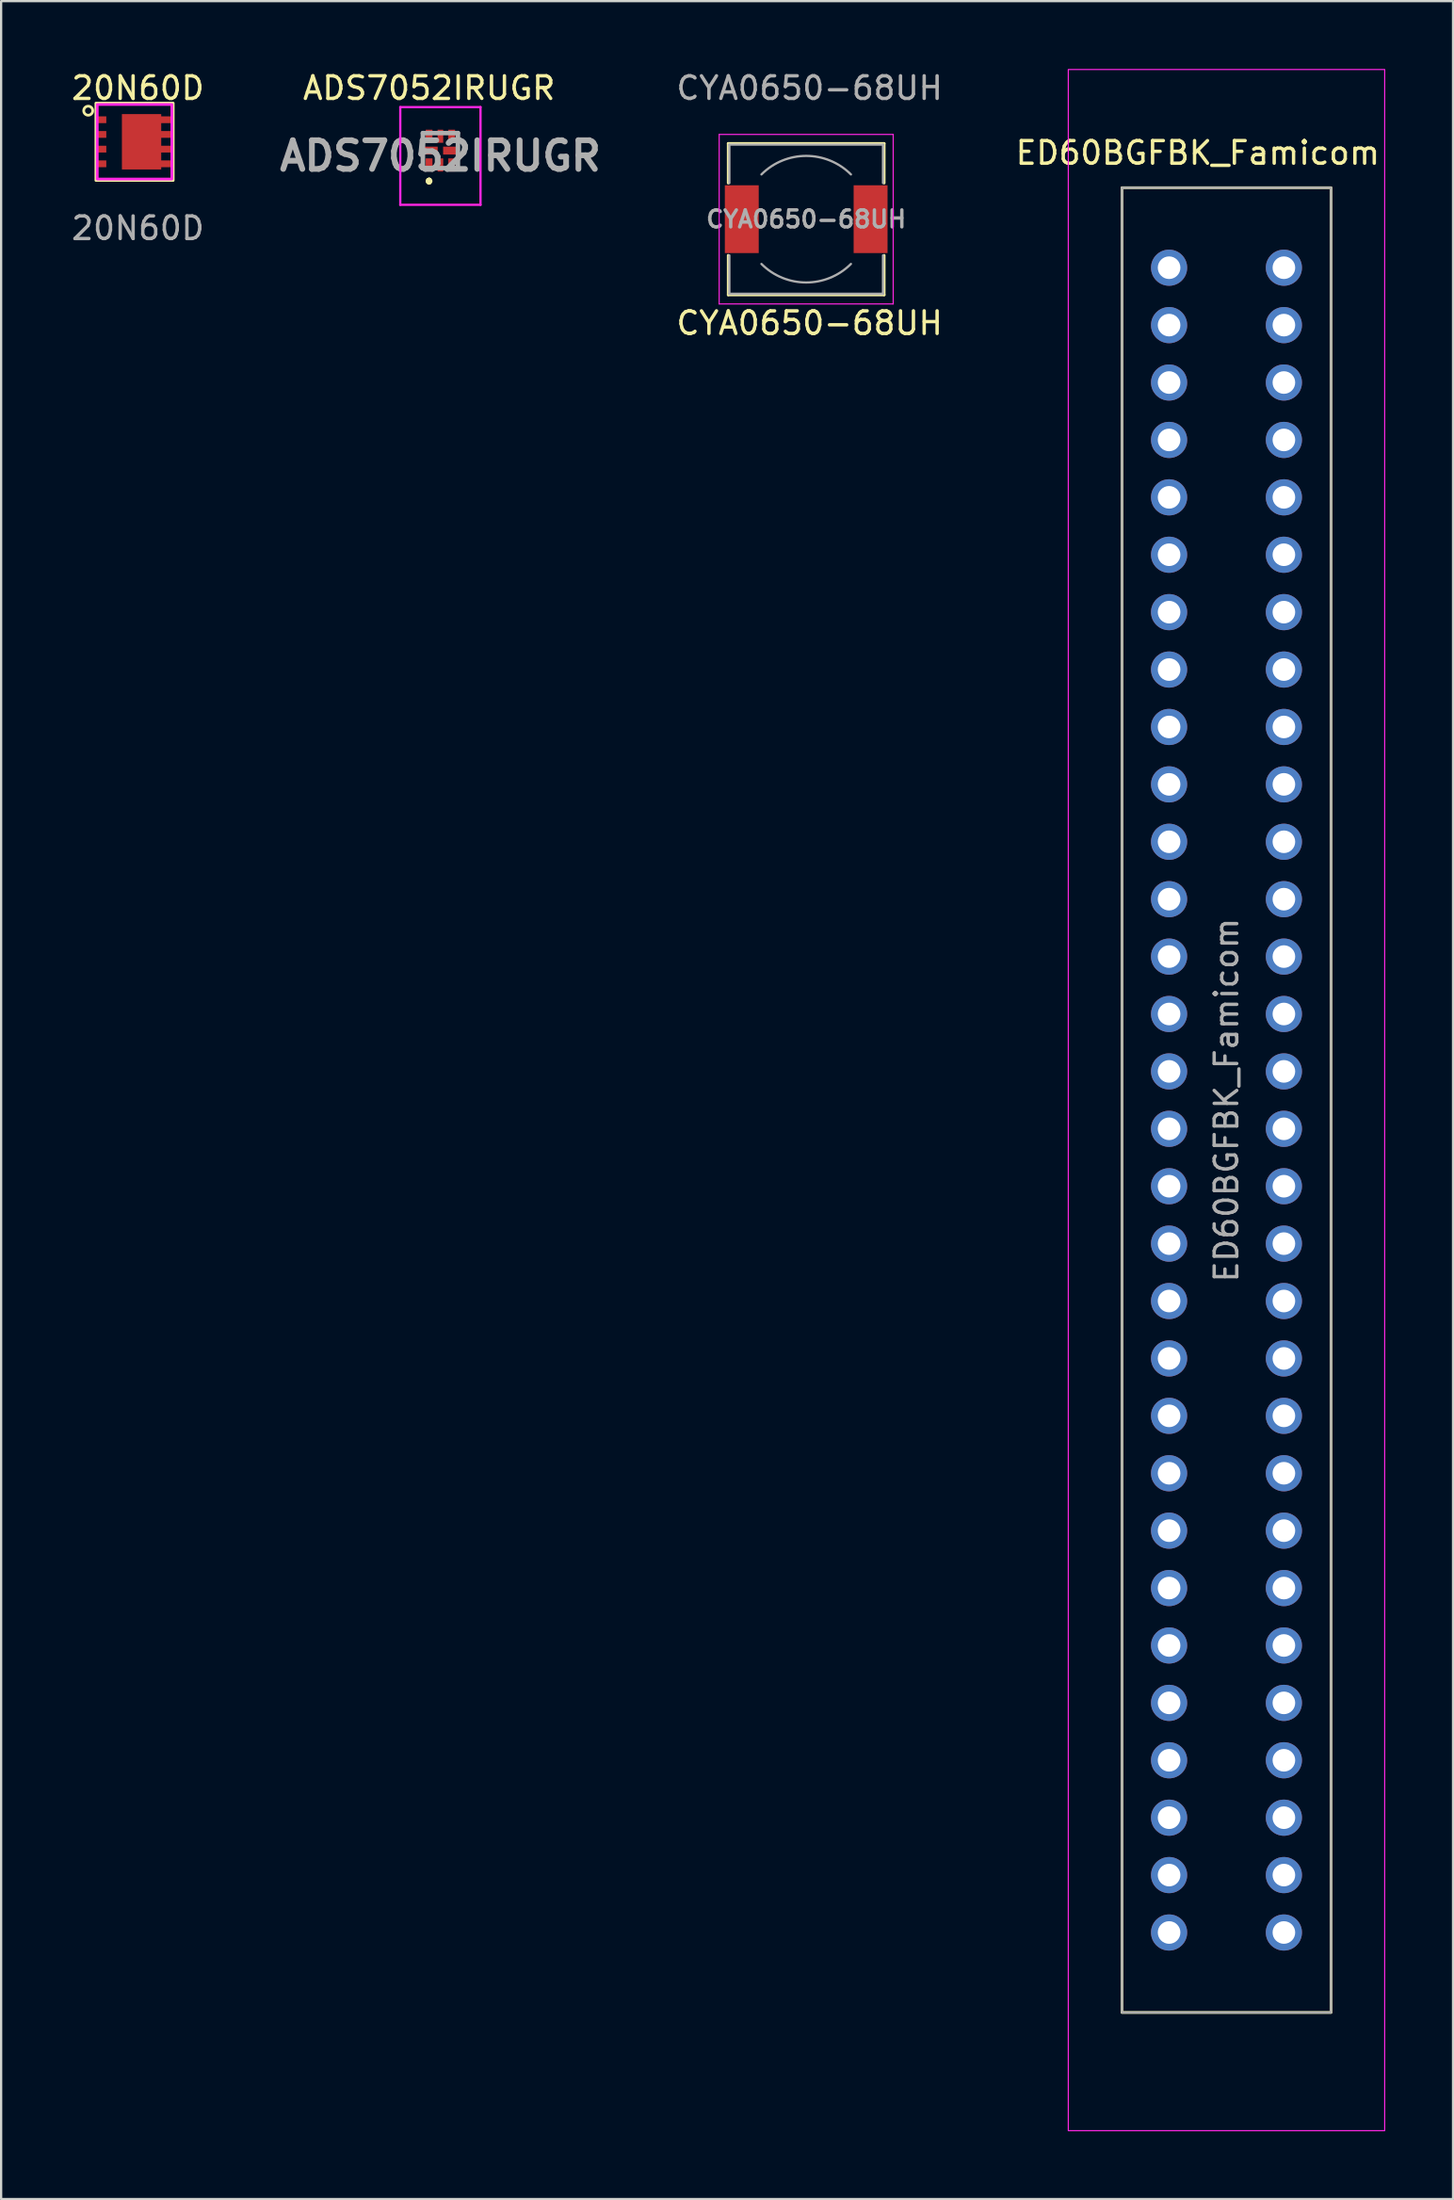
<source format=kicad_pcb>
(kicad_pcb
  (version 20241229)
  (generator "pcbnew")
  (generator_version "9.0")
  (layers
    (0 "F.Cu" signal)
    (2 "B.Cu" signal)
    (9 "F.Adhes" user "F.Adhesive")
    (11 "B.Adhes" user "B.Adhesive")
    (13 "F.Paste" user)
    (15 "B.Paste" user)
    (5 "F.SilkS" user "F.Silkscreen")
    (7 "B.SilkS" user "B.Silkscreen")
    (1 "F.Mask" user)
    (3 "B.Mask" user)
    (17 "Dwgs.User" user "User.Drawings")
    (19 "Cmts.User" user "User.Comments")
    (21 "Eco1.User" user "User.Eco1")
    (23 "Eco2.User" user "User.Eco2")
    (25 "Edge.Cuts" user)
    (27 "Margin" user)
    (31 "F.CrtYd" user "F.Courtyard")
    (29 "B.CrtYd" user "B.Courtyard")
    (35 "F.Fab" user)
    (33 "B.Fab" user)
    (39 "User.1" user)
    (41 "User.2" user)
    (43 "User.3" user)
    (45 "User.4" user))
  (footprint "ADS7052IRUGR"
    (layer "F.Cu")
    (at 15.937 4.248)
    (property "Reference" "ADS7052IRUGR" (at 0 -3.4 0) (unlocked yes) (layer "F.SilkS") (effects (font (size 1 1) (thickness 0.15))))
    (attr smd)
    (fp_line (start 0 0.665) (end 0 0.665) (stroke (width 0.2) (type solid)) (layer "F.SilkS"))
    (fp_line (start 0 0.665) (end 0 0.665) (stroke (width 0.2) (type solid)) (layer "F.SilkS"))
    (fp_line (start 0 0.765) (end 0 0.765) (stroke (width 0.2) (type solid)) (layer "F.SilkS"))
    (fp_arc (start 0 0.665) (mid 0.05 0.715) (end 0 0.765) (stroke (width 0.2) (type solid)) (layer "F.SilkS"))
    (fp_arc (start 0 0.765) (mid -0.05 0.715) (end 0 0.665) (stroke (width 0.2) (type solid)) (layer "F.SilkS"))
    (fp_arc (start 0 0.765) (mid -0.05 0.715) (end 0 0.665) (stroke (width 0.2) (type solid)) (layer "F.SilkS"))
    (fp_line (start -1.275 -2.56) (end 2.275 -2.56) (stroke (width 0.1) (type solid)) (layer "F.CrtYd"))
    (fp_line (start -1.275 1.765) (end -1.275 -2.56) (stroke (width 0.1) (type solid)) (layer "F.CrtYd"))
    (fp_line (start 2.275 -2.56) (end 2.275 1.765) (stroke (width 0.1) (type solid)) (layer "F.CrtYd"))
    (fp_line (start 2.275 1.765) (end -1.275 1.765) (stroke (width 0.1) (type solid)) (layer "F.CrtYd"))
    (fp_line (start -0.275 -1.41) (end 1.275 -1.41) (stroke (width 0.2) (type solid)) (layer "F.Fab"))
    (fp_line (start -0.275 0.14) (end -0.275 -1.41) (stroke (width 0.2) (type solid)) (layer "F.Fab"))
    (fp_line (start 1.275 -1.41) (end 1.275 0.14) (stroke (width 0.2) (type solid)) (layer "F.Fab"))
    (fp_line (start 1.275 0.14) (end -0.275 0.14) (stroke (width 0.2) (type solid)) (layer "F.Fab"))
    (fp_text user "${REFERENCE}" (at 0.5 -0.398 0) (layer "F.Fab") (effects (font (size 1.27 1.27) (thickness 0.254))))
    (pad "1" smd rect (at 0 0) (size 0.3 0.58) (layers "F.Cu" "F.Mask" "F.Paste"))
    (pad "2" smd rect (at 0.5 0) (size 0.25 0.58) (layers "F.Cu" "F.Mask" "F.Paste"))
    (pad "3" smd rect (at 1 0) (size 0.3 0.58) (layers "F.Cu" "F.Mask" "F.Paste"))
    (pad "4" smd rect (at 0.935 -0.635 90) (size 0.35 0.63) (layers "F.Cu" "F.Mask" "F.Paste"))
    (pad "5" smd rect (at 1 -1.27) (size 0.3 0.58) (layers "F.Cu" "F.Mask" "F.Paste"))
    (pad "6" smd rect (at 0.5 -1.27) (size 0.25 0.58) (layers "F.Cu" "F.Mask" "F.Paste"))
    (pad "7" smd rect (at 0 -1.27) (size 0.3 0.58) (layers "F.Cu" "F.Mask" "F.Paste"))
    (pad "8" smd rect (at 0.065 -0.635 90) (size 0.35 0.63) (layers "F.Cu" "F.Mask" "F.Paste")))
  (footprint "20N60D"
    (layer "F.Cu")
    (at 1.454 2.248)
    (property "Reference" "20N60D" (at 1.6 -1.4 0) (unlocked yes) (layer "F.SilkS") (effects (font (size 1 1) (thickness 0.15))))
    (attr smd)
    (fp_rect (start -0.26 -0.735) (end 3.16 2.685) (stroke (width 0.12) (type solid)) (fill no) (layer "F.SilkS"))
    (fp_circle (center -0.6 -0.4) (end -0.4 -0.4) (stroke (width 0.12) (type solid)) (fill no) (layer "F.SilkS"))
    (fp_rect (start -0.2 -0.675) (end 3.1 2.625) (stroke (width 0.12) (type solid)) (fill no) (layer "F.CrtYd"))
    (fp_text user "${REFERENCE}" (at 1.6 4.8 0) (unlocked yes) (layer "F.Fab") (effects (font (size 1 1) (thickness 0.15))))
    (pad "1" smd rect (at 0 0) (size 0.4 0.3) (layers "F.Cu" "F.Mask" "F.Paste"))
    (pad "1" smd rect (at 0 0.65) (size 0.4 0.3) (layers "F.Cu" "F.Mask" "F.Paste"))
    (pad "1" smd rect (at 0 1.3) (size 0.4 0.3) (layers "F.Cu" "F.Mask" "F.Paste"))
    (pad "2" smd rect (at 0 1.95) (size 0.4 0.3) (layers "F.Cu" "F.Mask" "F.Paste"))
    (pad "3" smd rect (at 1.76 0.975) (size 1.74 2.45) (layers "F.Cu" "F.Mask" "F.Paste"))
    (pad "3" smd rect (at 2.8 0) (size 0.6 0.3) (layers "F.Cu" "F.Mask" "F.Paste"))
    (pad "3" smd rect (at 2.8 0.65) (size 0.6 0.3) (layers "F.Cu" "F.Mask" "F.Paste"))
    (pad "3" smd rect (at 2.8 1.3) (size 0.6 0.3) (layers "F.Cu" "F.Mask" "F.Paste"))
    (pad "3" smd rect (at 2.8 1.95) (size 0.6 0.3) (layers "F.Cu" "F.Mask" "F.Paste")))
  (footprint "ED60BGFBK_Famicom"
    (layer "F.Cu")
    (at 48.681 8.795)
    (property "Reference" "ED60BGFBK_Famicom" (at 1.27 -5.08 0) (unlocked yes) (layer "F.SilkS") (effects (font (size 1 1) (thickness 0.15))))
    (attr through_hole)
    (fp_rect (start -2.085 -3.54) (end 7.165 77.2) (stroke (width 0.12) (type solid)) (fill no) (layer "F.SilkS"))
    (fp_rect (start -4.46 -8.77) (end 9.54 82.43) (stroke (width 0.05) (type solid)) (fill no) (layer "F.CrtYd"))
    (fp_rect (start -2.085 -3.54) (end 7.165 77.2) (stroke (width 0.1) (type solid)) (fill no) (layer "F.Fab"))
    (fp_text user "${REFERENCE}" (at 2.54 36.83 90) (unlocked yes) (layer "F.Fab") (effects (font (size 1 1) (thickness 0.15))))
    (pad "1" thru_hole circle (at 0 0) (size 1.6 1.6) (drill 1) (layers "*.Cu" "*.Mask"))
    (pad "2" thru_hole circle (at 0 2.54) (size 1.6 1.6) (drill 1) (layers "*.Cu" "*.Mask"))
    (pad "3" thru_hole circle (at 0 5.08) (size 1.6 1.6) (drill 1) (layers "*.Cu" "*.Mask"))
    (pad "4" thru_hole circle (at 0 7.62) (size 1.6 1.6) (drill 1) (layers "*.Cu" "*.Mask"))
    (pad "5" thru_hole circle (at 0 10.16) (size 1.6 1.6) (drill 1) (layers "*.Cu" "*.Mask"))
    (pad "6" thru_hole circle (at 0 12.7) (size 1.6 1.6) (drill 1) (layers "*.Cu" "*.Mask"))
    (pad "7" thru_hole circle (at 0 15.24) (size 1.6 1.6) (drill 1) (layers "*.Cu" "*.Mask"))
    (pad "8" thru_hole circle (at 0 17.78) (size 1.6 1.6) (drill 1) (layers "*.Cu" "*.Mask"))
    (pad "9" thru_hole circle (at 0 20.32) (size 1.6 1.6) (drill 1) (layers "*.Cu" "*.Mask"))
    (pad "10" thru_hole circle (at 0 22.86) (size 1.6 1.6) (drill 1) (layers "*.Cu" "*.Mask"))
    (pad "11" thru_hole circle (at 0 25.4) (size 1.6 1.6) (drill 1) (layers "*.Cu" "*.Mask"))
    (pad "12" thru_hole circle (at 0 27.94) (size 1.6 1.6) (drill 1) (layers "*.Cu" "*.Mask"))
    (pad "13" thru_hole circle (at 0 30.48) (size 1.6 1.6) (drill 1) (layers "*.Cu" "*.Mask"))
    (pad "14" thru_hole circle (at 0 33.02) (size 1.6 1.6) (drill 1) (layers "*.Cu" "*.Mask"))
    (pad "15" thru_hole circle (at 0 35.56) (size 1.6 1.6) (drill 1) (layers "*.Cu" "*.Mask"))
    (pad "16" thru_hole circle (at 0 38.1) (size 1.6 1.6) (drill 1) (layers "*.Cu" "*.Mask"))
    (pad "17" thru_hole circle (at 0 40.64) (size 1.6 1.6) (drill 1) (layers "*.Cu" "*.Mask"))
    (pad "18" thru_hole circle (at 0 43.18) (size 1.6 1.6) (drill 1) (layers "*.Cu" "*.Mask"))
    (pad "19" thru_hole circle (at 0 45.72) (size 1.6 1.6) (drill 1) (layers "*.Cu" "*.Mask"))
    (pad "20" thru_hole circle (at 0 48.26) (size 1.6 1.6) (drill 1) (layers "*.Cu" "*.Mask"))
    (pad "21" thru_hole circle (at 0 50.8) (size 1.6 1.6) (drill 1) (layers "*.Cu" "*.Mask"))
    (pad "22" thru_hole circle (at 0 53.34) (size 1.6 1.6) (drill 1) (layers "*.Cu" "*.Mask"))
    (pad "23" thru_hole circle (at 0 55.88) (size 1.6 1.6) (drill 1) (layers "*.Cu" "*.Mask"))
    (pad "24" thru_hole circle (at 0 58.42) (size 1.6 1.6) (drill 1) (layers "*.Cu" "*.Mask"))
    (pad "25" thru_hole circle (at 0 60.96) (size 1.6 1.6) (drill 1) (layers "*.Cu" "*.Mask"))
    (pad "26" thru_hole circle (at 0 63.5) (size 1.6 1.6) (drill 1) (layers "*.Cu" "*.Mask"))
    (pad "27" thru_hole circle (at 0 66.04) (size 1.6 1.6) (drill 1) (layers "*.Cu" "*.Mask"))
    (pad "28" thru_hole circle (at 0 68.58) (size 1.6 1.6) (drill 1) (layers "*.Cu" "*.Mask"))
    (pad "29" thru_hole circle (at 0 71.12) (size 1.6 1.6) (drill 1) (layers "*.Cu" "*.Mask"))
    (pad "30" thru_hole circle (at 0 73.66) (size 1.6 1.6) (drill 1) (layers "*.Cu" "*.Mask"))
    (pad "31" thru_hole circle (at 5.08 0) (size 1.6 1.6) (drill 1) (layers "*.Cu" "*.Mask"))
    (pad "32" thru_hole circle (at 5.08 2.54) (size 1.6 1.6) (drill 1) (layers "*.Cu" "*.Mask"))
    (pad "33" thru_hole circle (at 5.08 5.08) (size 1.6 1.6) (drill 1) (layers "*.Cu" "*.Mask"))
    (pad "34" thru_hole circle (at 5.08 7.62) (size 1.6 1.6) (drill 1) (layers "*.Cu" "*.Mask"))
    (pad "35" thru_hole circle (at 5.08 10.16) (size 1.6 1.6) (drill 1) (layers "*.Cu" "*.Mask"))
    (pad "36" thru_hole circle (at 5.08 12.7) (size 1.6 1.6) (drill 1) (layers "*.Cu" "*.Mask"))
    (pad "37" thru_hole circle (at 5.08 15.24) (size 1.6 1.6) (drill 1) (layers "*.Cu" "*.Mask"))
    (pad "38" thru_hole circle (at 5.08 17.78) (size 1.6 1.6) (drill 1) (layers "*.Cu" "*.Mask"))
    (pad "39" thru_hole circle (at 5.08 20.32) (size 1.6 1.6) (drill 1) (layers "*.Cu" "*.Mask"))
    (pad "40" thru_hole circle (at 5.08 22.86) (size 1.6 1.6) (drill 1) (layers "*.Cu" "*.Mask"))
    (pad "41" thru_hole circle (at 5.08 25.4) (size 1.6 1.6) (drill 1) (layers "*.Cu" "*.Mask"))
    (pad "42" thru_hole circle (at 5.08 27.94) (size 1.6 1.6) (drill 1) (layers "*.Cu" "*.Mask"))
    (pad "43" thru_hole circle (at 5.08 30.48) (size 1.6 1.6) (drill 1) (layers "*.Cu" "*.Mask"))
    (pad "44" thru_hole circle (at 5.08 33.02) (size 1.6 1.6) (drill 1) (layers "*.Cu" "*.Mask"))
    (pad "45" thru_hole circle (at 5.08 35.56) (size 1.6 1.6) (drill 1) (layers "*.Cu" "*.Mask"))
    (pad "46" thru_hole circle (at 5.08 38.1) (size 1.6 1.6) (drill 1) (layers "*.Cu" "*.Mask"))
    (pad "47" thru_hole circle (at 5.08 40.64) (size 1.6 1.6) (drill 1) (layers "*.Cu" "*.Mask"))
    (pad "48" thru_hole circle (at 5.08 43.18) (size 1.6 1.6) (drill 1) (layers "*.Cu" "*.Mask"))
    (pad "49" thru_hole circle (at 5.08 45.72) (size 1.6 1.6) (drill 1) (layers "*.Cu" "*.Mask"))
    (pad "50" thru_hole circle (at 5.08 48.26) (size 1.6 1.6) (drill 1) (layers "*.Cu" "*.Mask"))
    (pad "51" thru_hole circle (at 5.08 50.8) (size 1.6 1.6) (drill 1) (layers "*.Cu" "*.Mask"))
    (pad "52" thru_hole circle (at 5.08 53.34) (size 1.6 1.6) (drill 1) (layers "*.Cu" "*.Mask"))
    (pad "53" thru_hole circle (at 5.08 55.88) (size 1.6 1.6) (drill 1) (layers "*.Cu" "*.Mask"))
    (pad "54" thru_hole circle (at 5.08 58.42) (size 1.6 1.6) (drill 1) (layers "*.Cu" "*.Mask"))
    (pad "55" thru_hole circle (at 5.08 60.96) (size 1.6 1.6) (drill 1) (layers "*.Cu" "*.Mask"))
    (pad "56" thru_hole circle (at 5.08 63.5) (size 1.6 1.6) (drill 1) (layers "*.Cu" "*.Mask"))
    (pad "57" thru_hole circle (at 5.08 66.04) (size 1.6 1.6) (drill 1) (layers "*.Cu" "*.Mask"))
    (pad "58" thru_hole circle (at 5.08 68.58) (size 1.6 1.6) (drill 1) (layers "*.Cu" "*.Mask"))
    (pad "59" thru_hole circle (at 5.08 71.12) (size 1.6 1.6) (drill 1) (layers "*.Cu" "*.Mask"))
    (pad "60" thru_hole circle (at 5.08 73.66) (size 1.6 1.6) (drill 1) (layers "*.Cu" "*.Mask")))
  (footprint "CYA0650-68UH"
    (layer "F.Cu")
    (at 29.773 6.648)
    (property "Reference" "CYA0650-68UH" (at 3 4.6 0) (unlocked yes) (layer "F.SilkS") (effects (font (size 1 1) (thickness 0.15))))
    (attr smd)
    (fp_line (start -0.6 -3.35) (end 6.3 -3.35) (stroke (width 0.12) (type solid)) (layer "F.SilkS"))
    (fp_line (start -0.6 -1.6) (end -0.6 -3.35) (stroke (width 0.12) (type solid)) (layer "F.SilkS"))
    (fp_line (start -0.6 3.35) (end -0.6 1.6) (stroke (width 0.12) (type solid)) (layer "F.SilkS"))
    (fp_line (start 6.3 -3.35) (end 6.3 -1.6) (stroke (width 0.12) (type solid)) (layer "F.SilkS"))
    (fp_line (start 6.3 1.6) (end 6.3 3.35) (stroke (width 0.12) (type solid)) (layer "F.SilkS"))
    (fp_line (start 6.3 3.35) (end -0.6 3.35) (stroke (width 0.12) (type solid)) (layer "F.SilkS"))
    (fp_line (start -1 -3.75) (end -1 3.75) (stroke (width 0.05) (type solid)) (layer "F.CrtYd"))
    (fp_line (start -1 3.75) (end 6.7 3.75) (stroke (width 0.05) (type solid)) (layer "F.CrtYd"))
    (fp_line (start 6.7 -3.75) (end -1 -3.75) (stroke (width 0.05) (type solid)) (layer "F.CrtYd"))
    (fp_line (start 6.7 3.75) (end 6.7 -3.75) (stroke (width 0.05) (type solid)) (layer "F.CrtYd"))
    (fp_line (start -0.55 -3.3) (end -0.55 -1.6) (stroke (width 0.1) (type solid)) (layer "F.Fab"))
    (fp_line (start -0.55 -3.3) (end 6.25 -3.3) (stroke (width 0.1) (type solid)) (layer "F.Fab"))
    (fp_line (start -0.55 3.3) (end -0.55 1.6) (stroke (width 0.1) (type solid)) (layer "F.Fab"))
    (fp_line (start 6.25 -3.3) (end 6.25 -1.6) (stroke (width 0.1) (type solid)) (layer "F.Fab"))
    (fp_line (start 6.25 3.3) (end -0.55 3.3) (stroke (width 0.1) (type solid)) (layer "F.Fab"))
    (fp_line (start 6.25 3.3) (end 6.25 1.6) (stroke (width 0.1) (type solid)) (layer "F.Fab"))
    (fp_arc (start 0.870001 -1.979999) (mid 2.85 -2.800141) (end 4.829999 -1.979999) (stroke (width 0.1) (type solid)) (layer "F.Fab"))
    (fp_arc (start 4.829999 1.979999) (mid 2.85 2.800141) (end 0.870001 1.979999) (stroke (width 0.1) (type solid)) (layer "F.Fab"))
    (fp_text user "${REFERENCE}" (at 3 -5.8 0) (unlocked yes) (layer "F.Fab") (effects (font (size 1 1) (thickness 0.15))))
    (fp_text user "${REFERENCE}" (at 2.85 0 0) (layer "F.Fab") (effects (font (size 0.75 0.75) (thickness 0.15))))
    (pad "1" smd rect (at 0 0) (size 1.5 3) (layers "F.Cu" "F.Mask" "F.Paste"))
    (pad "2" smd rect (at 5.7 0) (size 1.5 3) (layers "F.Cu" "F.Mask" "F.Paste")))
  (gr_rect
    (start -3 -3)
    (end 61.246 94.25)
    (stroke (width 0.1) (type default))
    (fill no)
    (layer "Edge.Cuts")))
</source>
